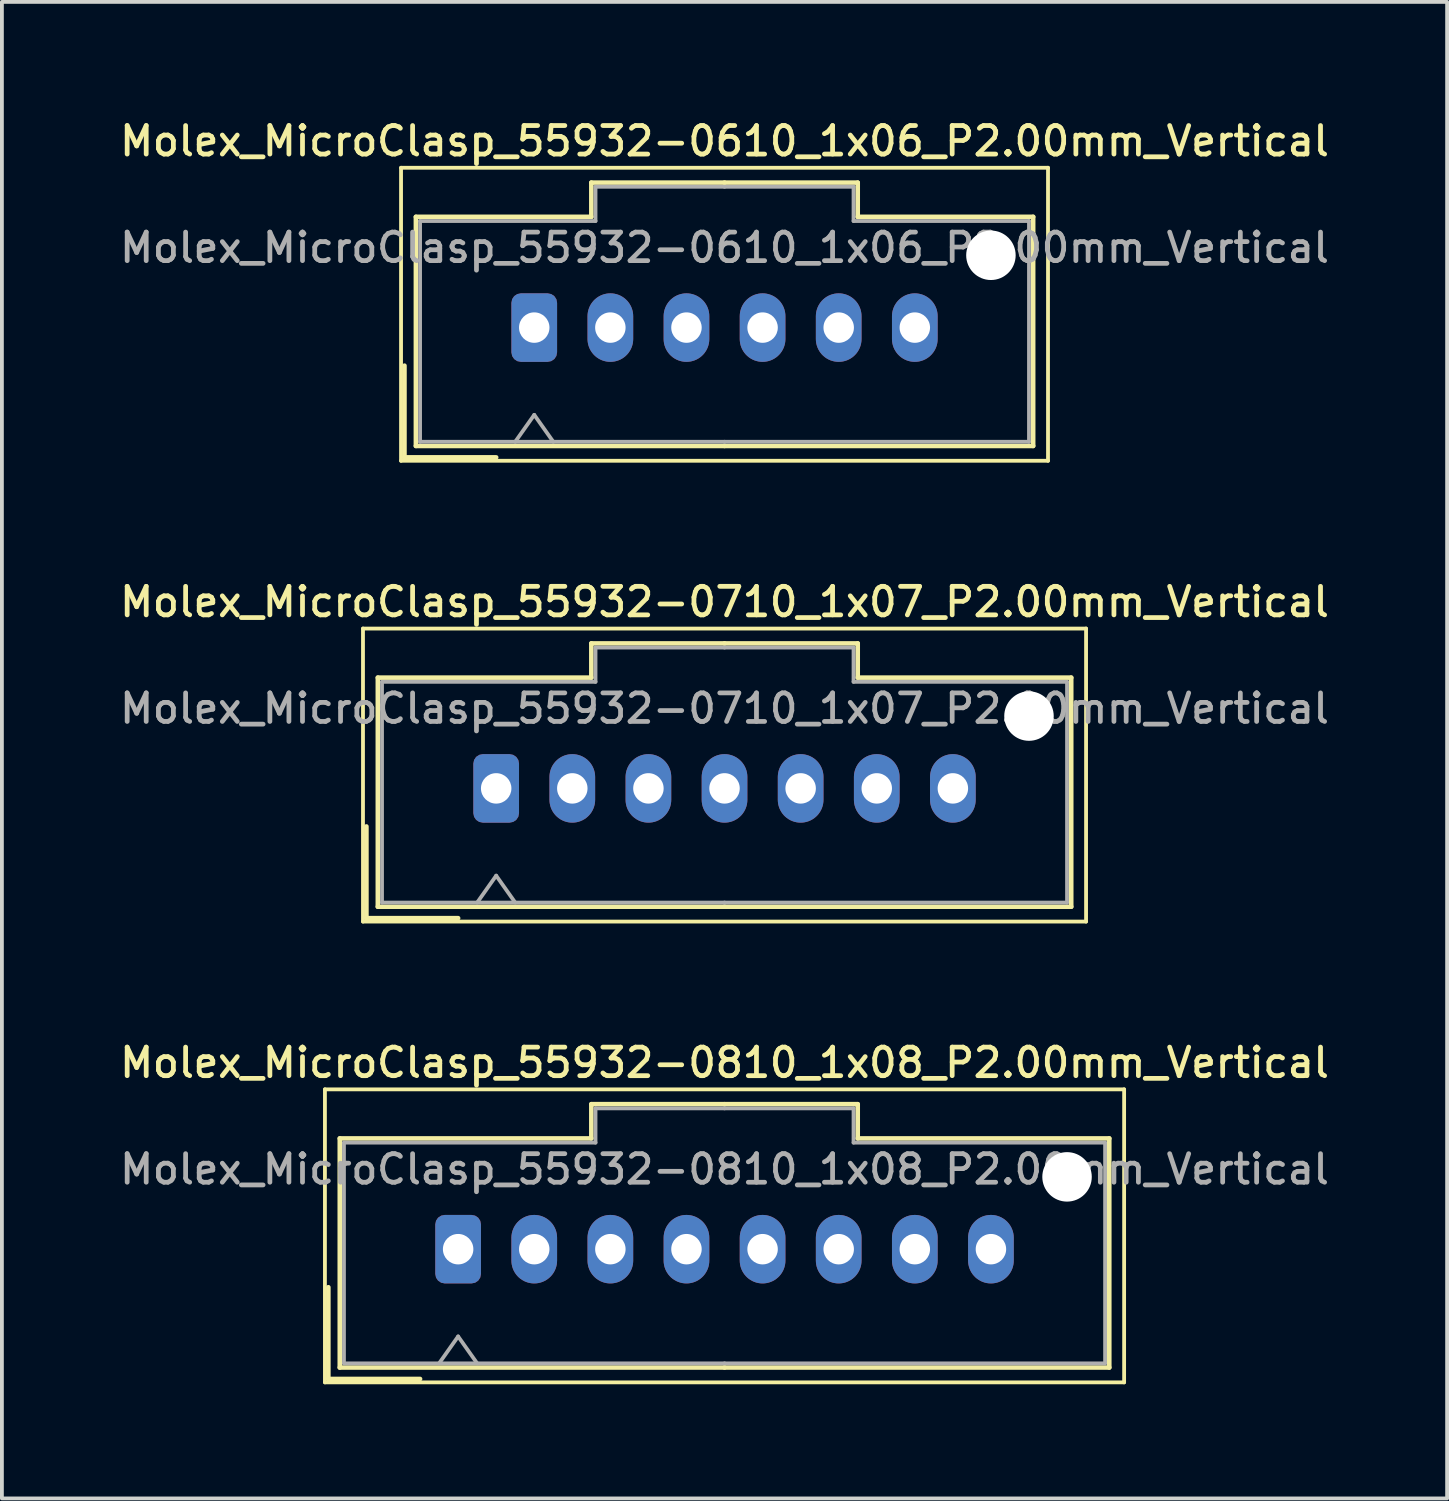
<source format=kicad_pcb>
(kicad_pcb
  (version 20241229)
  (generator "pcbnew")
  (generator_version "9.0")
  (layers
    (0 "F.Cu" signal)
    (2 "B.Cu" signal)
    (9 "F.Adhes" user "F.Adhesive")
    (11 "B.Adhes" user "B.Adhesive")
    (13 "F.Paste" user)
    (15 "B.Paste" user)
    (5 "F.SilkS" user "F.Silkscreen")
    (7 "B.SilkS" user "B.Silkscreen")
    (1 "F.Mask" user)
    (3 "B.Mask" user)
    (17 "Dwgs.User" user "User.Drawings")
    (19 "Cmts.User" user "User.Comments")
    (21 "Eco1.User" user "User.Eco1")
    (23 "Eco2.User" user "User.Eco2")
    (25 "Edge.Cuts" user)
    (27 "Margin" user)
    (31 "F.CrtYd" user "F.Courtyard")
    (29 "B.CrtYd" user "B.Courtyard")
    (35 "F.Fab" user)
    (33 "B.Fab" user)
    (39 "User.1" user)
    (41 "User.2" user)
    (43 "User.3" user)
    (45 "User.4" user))
  (footprint "Molex_MicroClasp_55932-0610_1x06_P2.00mm_Vertical"
    (layer "F.Cu")
    (at 10.988 5.558)
    (property "Reference" "Molex_MicroClasp_55932-0610_1x06_P2.00mm_Vertical" (at 5 -4.9 0) (layer "F.SilkS") (effects (font (size 0.75 0.75) (thickness 0.125))))
    (attr through_hole)
    (fp_line (start -3.5 -4.2) (end -3.5 3.5) (stroke (width 0.1) (type solid)) (layer "F.SilkS"))
    (fp_line (start -3.5 3.5) (end 13.5 3.5) (stroke (width 0.1) (type solid)) (layer "F.SilkS"))
    (fp_line (start -3.41 1) (end -3.41 3.41) (stroke (width 0.12) (type solid)) (layer "F.SilkS"))
    (fp_line (start -3.41 3.41) (end -1 3.41) (stroke (width 0.12) (type solid)) (layer "F.SilkS"))
    (fp_line (start -3.11 -2.91) (end -3.11 3.11) (stroke (width 0.12) (type solid)) (layer "F.SilkS"))
    (fp_line (start -3.11 3.11) (end 5 3.11) (stroke (width 0.12) (type solid)) (layer "F.SilkS"))
    (fp_line (start 1.5 -3.81) (end 1.5 -2.91) (stroke (width 0.12) (type solid)) (layer "F.SilkS"))
    (fp_line (start 1.5 -2.91) (end -3.11 -2.91) (stroke (width 0.12) (type solid)) (layer "F.SilkS"))
    (fp_line (start 5 -3.81) (end 1.5 -3.81) (stroke (width 0.12) (type solid)) (layer "F.SilkS"))
    (fp_line (start 5 -3.81) (end 8.5 -3.81) (stroke (width 0.12) (type solid)) (layer "F.SilkS"))
    (fp_line (start 8.5 -3.81) (end 8.5 -2.91) (stroke (width 0.12) (type solid)) (layer "F.SilkS"))
    (fp_line (start 8.5 -2.91) (end 13.11 -2.91) (stroke (width 0.12) (type solid)) (layer "F.SilkS"))
    (fp_line (start 13.11 -2.91) (end 13.11 3.11) (stroke (width 0.12) (type solid)) (layer "F.SilkS"))
    (fp_line (start 13.11 3.11) (end 5 3.11) (stroke (width 0.12) (type solid)) (layer "F.SilkS"))
    (fp_line (start 13.5 -4.2) (end -3.5 -4.2) (stroke (width 0.1) (type solid)) (layer "F.SilkS"))
    (fp_line (start 13.5 3.5) (end 13.5 -4.2) (stroke (width 0.1) (type solid)) (layer "F.SilkS"))
    (fp_line (start -3 -2.8) (end -3 3) (stroke (width 0.1) (type solid)) (layer "F.Fab"))
    (fp_line (start -3 3) (end 5 3) (stroke (width 0.1) (type solid)) (layer "F.Fab"))
    (fp_line (start -0.5 3) (end 0 2.293) (stroke (width 0.1) (type solid)) (layer "F.Fab"))
    (fp_line (start 0 2.293) (end 0.5 3) (stroke (width 0.1) (type solid)) (layer "F.Fab"))
    (fp_line (start 1.61 -3.7) (end 1.61 -2.8) (stroke (width 0.1) (type solid)) (layer "F.Fab"))
    (fp_line (start 1.61 -2.8) (end -3 -2.8) (stroke (width 0.1) (type solid)) (layer "F.Fab"))
    (fp_line (start 5 -3.7) (end 1.61 -3.7) (stroke (width 0.1) (type solid)) (layer "F.Fab"))
    (fp_line (start 5 -3.7) (end 8.39 -3.7) (stroke (width 0.1) (type solid)) (layer "F.Fab"))
    (fp_line (start 8.39 -3.7) (end 8.39 -2.8) (stroke (width 0.1) (type solid)) (layer "F.Fab"))
    (fp_line (start 8.39 -2.8) (end 13 -2.8) (stroke (width 0.1) (type solid)) (layer "F.Fab"))
    (fp_line (start 13 -2.8) (end 13 3) (stroke (width 0.1) (type solid)) (layer "F.Fab"))
    (fp_line (start 13 3) (end 5 3) (stroke (width 0.1) (type solid)) (layer "F.Fab"))
    (fp_text user "${REFERENCE}" (at 5 -2.1 0) (layer "F.Fab") (effects (font (size 0.75 0.75) (thickness 0.125))))
    (pad "" np_thru_hole circle (at 12 -1.9) (size 1.3 1.3) (drill 1.3) (layers "*.Cu" "*.Mask"))
    (pad "1" thru_hole roundrect (at 0 0) (size 1.2 1.8) (drill 0.8) (layers "*.Cu" "*.Mask") (roundrect_rratio 0.208))
    (pad "2" thru_hole oval (at 2 0) (size 1.2 1.8) (drill 0.8) (layers "*.Cu" "*.Mask"))
    (pad "3" thru_hole oval (at 4 0) (size 1.2 1.8) (drill 0.8) (layers "*.Cu" "*.Mask"))
    (pad "4" thru_hole oval (at 6 0) (size 1.2 1.8) (drill 0.8) (layers "*.Cu" "*.Mask"))
    (pad "5" thru_hole oval (at 8 0) (size 1.2 1.8) (drill 0.8) (layers "*.Cu" "*.Mask"))
    (pad "6" thru_hole oval (at 10 0) (size 1.2 1.8) (drill 0.8) (layers "*.Cu" "*.Mask")))
  (footprint "Molex_MicroClasp_55932-0810_1x08_P2.00mm_Vertical"
    (layer "F.Cu")
    (at 8.988 29.774)
    (property "Reference" "Molex_MicroClasp_55932-0810_1x08_P2.00mm_Vertical" (at 7 -4.9 0) (layer "F.SilkS") (effects (font (size 0.75 0.75) (thickness 0.125))))
    (attr through_hole)
    (fp_line (start -3.5 -4.2) (end -3.5 3.5) (stroke (width 0.1) (type solid)) (layer "F.SilkS"))
    (fp_line (start -3.5 3.5) (end 17.5 3.5) (stroke (width 0.1) (type solid)) (layer "F.SilkS"))
    (fp_line (start -3.41 1) (end -3.41 3.41) (stroke (width 0.12) (type solid)) (layer "F.SilkS"))
    (fp_line (start -3.41 3.41) (end -1 3.41) (stroke (width 0.12) (type solid)) (layer "F.SilkS"))
    (fp_line (start -3.11 -2.91) (end -3.11 3.11) (stroke (width 0.12) (type solid)) (layer "F.SilkS"))
    (fp_line (start -3.11 3.11) (end 7 3.11) (stroke (width 0.12) (type solid)) (layer "F.SilkS"))
    (fp_line (start 3.5 -3.81) (end 3.5 -2.91) (stroke (width 0.12) (type solid)) (layer "F.SilkS"))
    (fp_line (start 3.5 -2.91) (end -3.11 -2.91) (stroke (width 0.12) (type solid)) (layer "F.SilkS"))
    (fp_line (start 7 -3.81) (end 3.5 -3.81) (stroke (width 0.12) (type solid)) (layer "F.SilkS"))
    (fp_line (start 7 -3.81) (end 10.5 -3.81) (stroke (width 0.12) (type solid)) (layer "F.SilkS"))
    (fp_line (start 10.5 -3.81) (end 10.5 -2.91) (stroke (width 0.12) (type solid)) (layer "F.SilkS"))
    (fp_line (start 10.5 -2.91) (end 17.11 -2.91) (stroke (width 0.12) (type solid)) (layer "F.SilkS"))
    (fp_line (start 17.11 -2.91) (end 17.11 3.11) (stroke (width 0.12) (type solid)) (layer "F.SilkS"))
    (fp_line (start 17.11 3.11) (end 7 3.11) (stroke (width 0.12) (type solid)) (layer "F.SilkS"))
    (fp_line (start 17.5 -4.2) (end -3.5 -4.2) (stroke (width 0.1) (type solid)) (layer "F.SilkS"))
    (fp_line (start 17.5 3.5) (end 17.5 -4.2) (stroke (width 0.1) (type solid)) (layer "F.SilkS"))
    (fp_line (start -3 -2.8) (end -3 3) (stroke (width 0.1) (type solid)) (layer "F.Fab"))
    (fp_line (start -3 3) (end 7 3) (stroke (width 0.1) (type solid)) (layer "F.Fab"))
    (fp_line (start -0.5 3) (end 0 2.293) (stroke (width 0.1) (type solid)) (layer "F.Fab"))
    (fp_line (start 0 2.293) (end 0.5 3) (stroke (width 0.1) (type solid)) (layer "F.Fab"))
    (fp_line (start 3.61 -3.7) (end 3.61 -2.8) (stroke (width 0.1) (type solid)) (layer "F.Fab"))
    (fp_line (start 3.61 -2.8) (end -3 -2.8) (stroke (width 0.1) (type solid)) (layer "F.Fab"))
    (fp_line (start 7 -3.7) (end 3.61 -3.7) (stroke (width 0.1) (type solid)) (layer "F.Fab"))
    (fp_line (start 7 -3.7) (end 10.39 -3.7) (stroke (width 0.1) (type solid)) (layer "F.Fab"))
    (fp_line (start 10.39 -3.7) (end 10.39 -2.8) (stroke (width 0.1) (type solid)) (layer "F.Fab"))
    (fp_line (start 10.39 -2.8) (end 17 -2.8) (stroke (width 0.1) (type solid)) (layer "F.Fab"))
    (fp_line (start 17 -2.8) (end 17 3) (stroke (width 0.1) (type solid)) (layer "F.Fab"))
    (fp_line (start 17 3) (end 7 3) (stroke (width 0.1) (type solid)) (layer "F.Fab"))
    (fp_text user "${REFERENCE}" (at 7 -2.1 0) (layer "F.Fab") (effects (font (size 0.75 0.75) (thickness 0.125))))
    (pad "" np_thru_hole circle (at 16 -1.9) (size 1.3 1.3) (drill 1.3) (layers "*.Cu" "*.Mask"))
    (pad "1" thru_hole roundrect (at 0 0) (size 1.2 1.8) (drill 0.8) (layers "*.Cu" "*.Mask") (roundrect_rratio 0.208))
    (pad "2" thru_hole oval (at 2 0) (size 1.2 1.8) (drill 0.8) (layers "*.Cu" "*.Mask"))
    (pad "3" thru_hole oval (at 4 0) (size 1.2 1.8) (drill 0.8) (layers "*.Cu" "*.Mask"))
    (pad "4" thru_hole oval (at 6 0) (size 1.2 1.8) (drill 0.8) (layers "*.Cu" "*.Mask"))
    (pad "5" thru_hole oval (at 8 0) (size 1.2 1.8) (drill 0.8) (layers "*.Cu" "*.Mask"))
    (pad "6" thru_hole oval (at 10 0) (size 1.2 1.8) (drill 0.8) (layers "*.Cu" "*.Mask"))
    (pad "7" thru_hole oval (at 12 0) (size 1.2 1.8) (drill 0.8) (layers "*.Cu" "*.Mask"))
    (pad "8" thru_hole oval (at 14 0) (size 1.2 1.8) (drill 0.8) (layers "*.Cu" "*.Mask")))
  (footprint "Molex_MicroClasp_55932-0710_1x07_P2.00mm_Vertical"
    (layer "F.Cu")
    (at 9.988 17.666)
    (property "Reference" "Molex_MicroClasp_55932-0710_1x07_P2.00mm_Vertical" (at 6 -4.9 0) (layer "F.SilkS") (effects (font (size 0.75 0.75) (thickness 0.125))))
    (attr through_hole)
    (fp_line (start -3.5 -4.2) (end -3.5 3.5) (stroke (width 0.1) (type solid)) (layer "F.SilkS"))
    (fp_line (start -3.5 3.5) (end 15.5 3.5) (stroke (width 0.1) (type solid)) (layer "F.SilkS"))
    (fp_line (start -3.41 1) (end -3.41 3.41) (stroke (width 0.12) (type solid)) (layer "F.SilkS"))
    (fp_line (start -3.41 3.41) (end -1 3.41) (stroke (width 0.12) (type solid)) (layer "F.SilkS"))
    (fp_line (start -3.11 -2.91) (end -3.11 3.11) (stroke (width 0.12) (type solid)) (layer "F.SilkS"))
    (fp_line (start -3.11 3.11) (end 6 3.11) (stroke (width 0.12) (type solid)) (layer "F.SilkS"))
    (fp_line (start 2.5 -3.81) (end 2.5 -2.91) (stroke (width 0.12) (type solid)) (layer "F.SilkS"))
    (fp_line (start 2.5 -2.91) (end -3.11 -2.91) (stroke (width 0.12) (type solid)) (layer "F.SilkS"))
    (fp_line (start 6 -3.81) (end 2.5 -3.81) (stroke (width 0.12) (type solid)) (layer "F.SilkS"))
    (fp_line (start 6 -3.81) (end 9.5 -3.81) (stroke (width 0.12) (type solid)) (layer "F.SilkS"))
    (fp_line (start 9.5 -3.81) (end 9.5 -2.91) (stroke (width 0.12) (type solid)) (layer "F.SilkS"))
    (fp_line (start 9.5 -2.91) (end 15.11 -2.91) (stroke (width 0.12) (type solid)) (layer "F.SilkS"))
    (fp_line (start 15.11 -2.91) (end 15.11 3.11) (stroke (width 0.12) (type solid)) (layer "F.SilkS"))
    (fp_line (start 15.11 3.11) (end 6 3.11) (stroke (width 0.12) (type solid)) (layer "F.SilkS"))
    (fp_line (start 15.5 -4.2) (end -3.5 -4.2) (stroke (width 0.1) (type solid)) (layer "F.SilkS"))
    (fp_line (start 15.5 3.5) (end 15.5 -4.2) (stroke (width 0.1) (type solid)) (layer "F.SilkS"))
    (fp_line (start -3 -2.8) (end -3 3) (stroke (width 0.1) (type solid)) (layer "F.Fab"))
    (fp_line (start -3 3) (end 6 3) (stroke (width 0.1) (type solid)) (layer "F.Fab"))
    (fp_line (start -0.5 3) (end 0 2.293) (stroke (width 0.1) (type solid)) (layer "F.Fab"))
    (fp_line (start 0 2.293) (end 0.5 3) (stroke (width 0.1) (type solid)) (layer "F.Fab"))
    (fp_line (start 2.61 -3.7) (end 2.61 -2.8) (stroke (width 0.1) (type solid)) (layer "F.Fab"))
    (fp_line (start 2.61 -2.8) (end -3 -2.8) (stroke (width 0.1) (type solid)) (layer "F.Fab"))
    (fp_line (start 6 -3.7) (end 2.61 -3.7) (stroke (width 0.1) (type solid)) (layer "F.Fab"))
    (fp_line (start 6 -3.7) (end 9.39 -3.7) (stroke (width 0.1) (type solid)) (layer "F.Fab"))
    (fp_line (start 9.39 -3.7) (end 9.39 -2.8) (stroke (width 0.1) (type solid)) (layer "F.Fab"))
    (fp_line (start 9.39 -2.8) (end 15 -2.8) (stroke (width 0.1) (type solid)) (layer "F.Fab"))
    (fp_line (start 15 -2.8) (end 15 3) (stroke (width 0.1) (type solid)) (layer "F.Fab"))
    (fp_line (start 15 3) (end 6 3) (stroke (width 0.1) (type solid)) (layer "F.Fab"))
    (fp_text user "${REFERENCE}" (at 6 -2.1 0) (layer "F.Fab") (effects (font (size 0.75 0.75) (thickness 0.125))))
    (pad "" np_thru_hole circle (at 14 -1.9) (size 1.3 1.3) (drill 1.3) (layers "*.Cu" "*.Mask"))
    (pad "1" thru_hole roundrect (at 0 0) (size 1.2 1.8) (drill 0.8) (layers "*.Cu" "*.Mask") (roundrect_rratio 0.208))
    (pad "2" thru_hole oval (at 2 0) (size 1.2 1.8) (drill 0.8) (layers "*.Cu" "*.Mask"))
    (pad "3" thru_hole oval (at 4 0) (size 1.2 1.8) (drill 0.8) (layers "*.Cu" "*.Mask"))
    (pad "4" thru_hole oval (at 6 0) (size 1.2 1.8) (drill 0.8) (layers "*.Cu" "*.Mask"))
    (pad "5" thru_hole oval (at 8 0) (size 1.2 1.8) (drill 0.8) (layers "*.Cu" "*.Mask"))
    (pad "6" thru_hole oval (at 10 0) (size 1.2 1.8) (drill 0.8) (layers "*.Cu" "*.Mask"))
    (pad "7" thru_hole oval (at 12 0) (size 1.2 1.8) (drill 0.8) (layers "*.Cu" "*.Mask")))
  (gr_rect
    (start -3 -3)
    (end 34.975 36.324)
    (stroke (width 0.1) (type default))
    (fill no)
    (layer "Edge.Cuts")))
</source>
